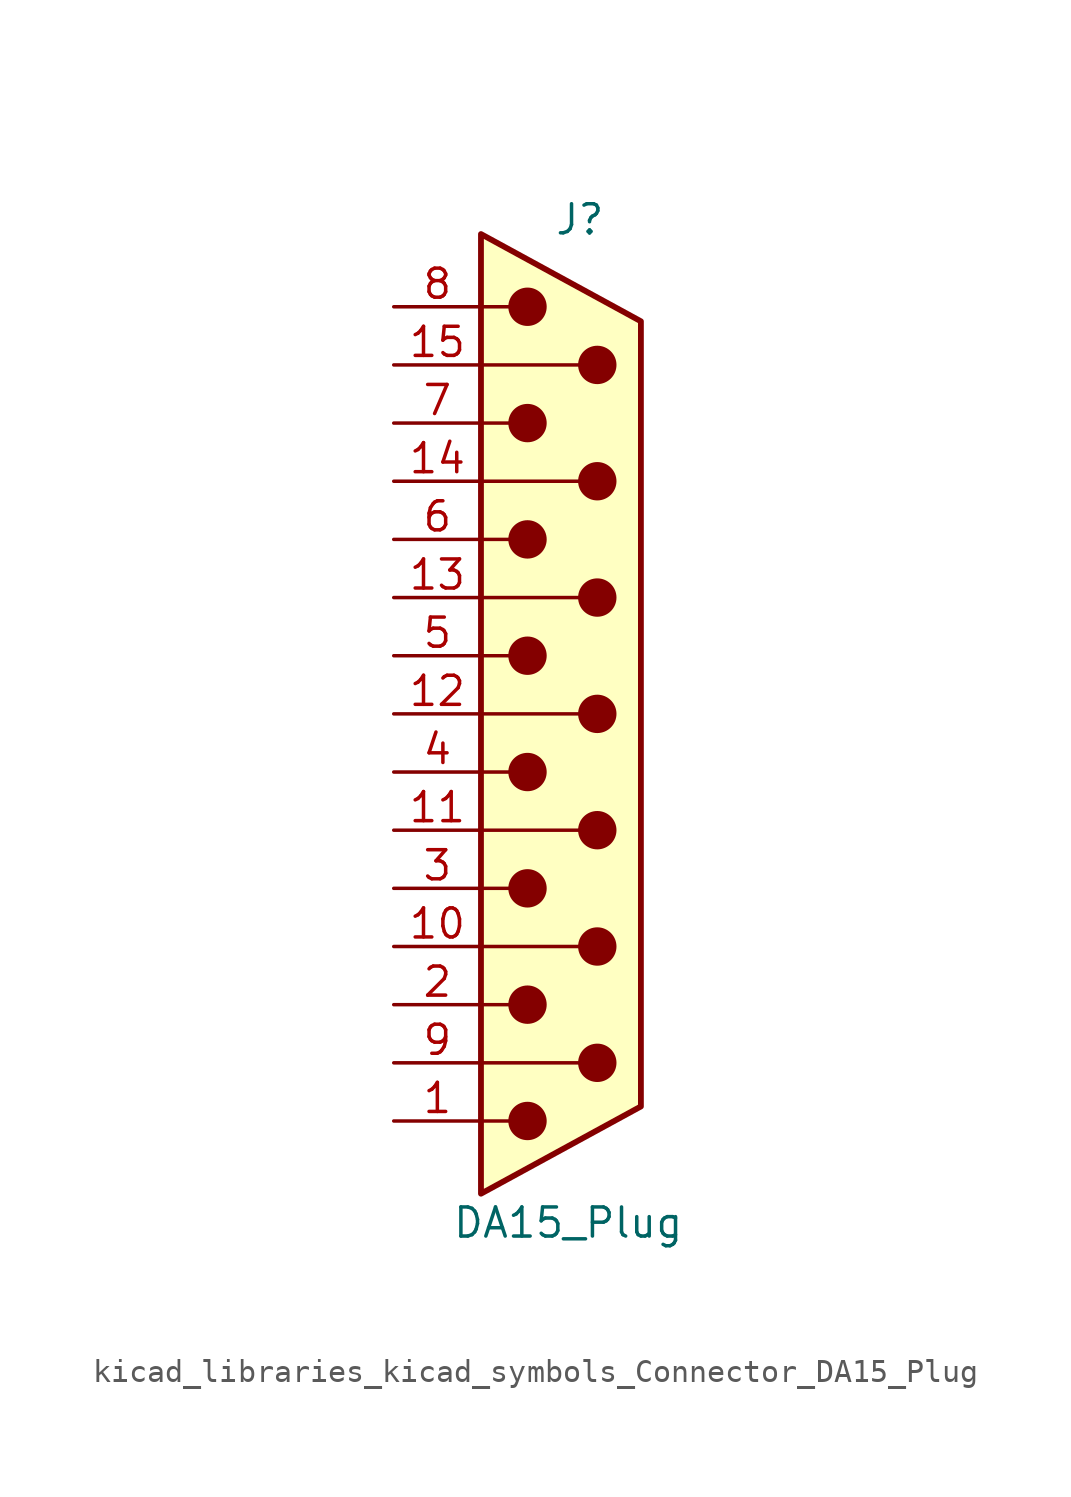
<source format=kicad_sym>
(kicad_symbol_lib
  (version 20220914)
  (generator kicad_symbol_editor)
  (symbol "kicad_libraries_kicad_symbols_Connector_DA15_Plug"
    (pin_names
      (offset 1.016) hide)
    (property "Reference" "J"
      (at 0.508 21.59 0)
      (effects (font (size 1.27 1.27))))
    (property "Value" "DA15_Plug"
      (at 0 -22.225 0)
      (effects (font (size 1.27 1.27))))
    (symbol "kicad_libraries_kicad_symbols_Connector_DA15_Plug_0_1"
      (circle (center -1.778 -17.78) (radius 0.762) (stroke (width 0) (type default)) (fill (type outline)))
      (circle (center -1.778 -12.7) (radius 0.762) (stroke (width 0) (type default)) (fill (type outline)))
      (circle (center -1.778 -7.62) (radius 0.762) (stroke (width 0) (type default)) (fill (type outline)))
      (circle (center -1.778 -2.54) (radius 0.762) (stroke (width 0) (type default)) (fill (type outline)))
      (circle (center -1.778 2.54) (radius 0.762) (stroke (width 0) (type default)) (fill (type outline)))
      (circle (center -1.778 7.62) (radius 0.762) (stroke (width 0) (type default)) (fill (type outline)))
      (circle (center -1.778 12.7) (radius 0.762) (stroke (width 0) (type default)) (fill (type outline)))
      (circle (center -1.778 17.78) (radius 0.762) (stroke (width 0) (type default)) (fill (type outline)))
      (polyline (pts (xy -3.81 -17.78) (xy -2.54 -17.78)) (stroke (width 0) (type default)) (fill (type none)))
      (polyline (pts (xy -3.81 -15.24) (xy 0.508 -15.24)) (stroke (width 0) (type default)) (fill (type none)))
      (polyline (pts (xy -3.81 -12.7) (xy -2.54 -12.7)) (stroke (width 0) (type default)) (fill (type none)))
      (polyline (pts (xy -3.81 -10.16) (xy 0.508 -10.16)) (stroke (width 0) (type default)) (fill (type none)))
      (polyline (pts (xy -3.81 -7.62) (xy -2.54 -7.62)) (stroke (width 0) (type default)) (fill (type none)))
      (polyline (pts (xy -3.81 -5.08) (xy 0.508 -5.08)) (stroke (width 0) (type default)) (fill (type none)))
      (polyline (pts (xy -3.81 -2.54) (xy -2.54 -2.54)) (stroke (width 0) (type default)) (fill (type none)))
      (polyline (pts (xy -3.81 0) (xy 0.508 0)) (stroke (width 0) (type default)) (fill (type none)))
      (polyline (pts (xy -3.81 2.54) (xy -2.54 2.54)) (stroke (width 0) (type default)) (fill (type none)))
      (polyline (pts (xy -3.81 5.08) (xy 0.508 5.08)) (stroke (width 0) (type default)) (fill (type none)))
      (polyline (pts (xy -3.81 7.62) (xy -2.54 7.62)) (stroke (width 0) (type default)) (fill (type none)))
      (polyline (pts (xy -3.81 10.16) (xy 0.508 10.16)) (stroke (width 0) (type default)) (fill (type none)))
      (polyline (pts (xy -3.81 12.7) (xy -2.54 12.7)) (stroke (width 0) (type default)) (fill (type none)))
      (polyline (pts (xy -3.81 15.24) (xy 0.508 15.24)) (stroke (width 0) (type default)) (fill (type none)))
      (polyline (pts (xy -3.81 17.78) (xy -2.54 17.78)) (stroke (width 0) (type default)) (fill (type none)))
      (polyline (pts (xy -3.81 -20.955) (xy 3.175 -17.145) (xy 3.175 17.145) (xy -3.81 20.955) (xy -3.81 -20.955)) (stroke (width 0.254) (type default)) (fill (type background)))
      (circle (center 1.27 -15.24) (radius 0.762) (stroke (width 0) (type default)) (fill (type outline)))
      (circle (center 1.27 -10.16) (radius 0.762) (stroke (width 0) (type default)) (fill (type outline)))
      (circle (center 1.27 -5.08) (radius 0.762) (stroke (width 0) (type default)) (fill (type outline)))
      (circle (center 1.27 0) (radius 0.762) (stroke (width 0) (type default)) (fill (type outline)))
      (circle (center 1.27 5.08) (radius 0.762) (stroke (width 0) (type default)) (fill (type outline)))
      (circle (center 1.27 10.16) (radius 0.762) (stroke (width 0) (type default)) (fill (type outline)))
      (circle (center 1.27 15.24) (radius 0.762) (stroke (width 0) (type default)) (fill (type outline))))
    (symbol "kicad_libraries_kicad_symbols_Connector_DA15_Plug_1_1"
      (pin passive line (at -7.62 -17.78 0) (length 3.81) (name "1" (effects (font (size 1.27 1.27)))) (number "1" (effects (font (size 1.27 1.27)))))
      (pin passive line (at -7.62 -10.16 0) (length 3.81) (name "P10" (effects (font (size 1.27 1.27)))) (number "10" (effects (font (size 1.27 1.27)))))
      (pin passive line (at -7.62 -5.08 0) (length 3.81) (name "P111" (effects (font (size 1.27 1.27)))) (number "11" (effects (font (size 1.27 1.27)))))
      (pin passive line (at -7.62 0 0) (length 3.81) (name "P12" (effects (font (size 1.27 1.27)))) (number "12" (effects (font (size 1.27 1.27)))))
      (pin passive line (at -7.62 5.08 0) (length 3.81) (name "P13" (effects (font (size 1.27 1.27)))) (number "13" (effects (font (size 1.27 1.27)))))
      (pin passive line (at -7.62 10.16 0) (length 3.81) (name "P14" (effects (font (size 1.27 1.27)))) (number "14" (effects (font (size 1.27 1.27)))))
      (pin passive line (at -7.62 15.24 0) (length 3.81) (name "P15" (effects (font (size 1.27 1.27)))) (number "15" (effects (font (size 1.27 1.27)))))
      (pin passive line (at -7.62 -12.7 0) (length 3.81) (name "2" (effects (font (size 1.27 1.27)))) (number "2" (effects (font (size 1.27 1.27)))))
      (pin passive line (at -7.62 -7.62 0) (length 3.81) (name "3" (effects (font (size 1.27 1.27)))) (number "3" (effects (font (size 1.27 1.27)))))
      (pin passive line (at -7.62 -2.54 0) (length 3.81) (name "4" (effects (font (size 1.27 1.27)))) (number "4" (effects (font (size 1.27 1.27)))))
      (pin passive line (at -7.62 2.54 0) (length 3.81) (name "5" (effects (font (size 1.27 1.27)))) (number "5" (effects (font (size 1.27 1.27)))))
      (pin passive line (at -7.62 7.62 0) (length 3.81) (name "6" (effects (font (size 1.27 1.27)))) (number "6" (effects (font (size 1.27 1.27)))))
      (pin passive line (at -7.62 12.7 0) (length 3.81) (name "7" (effects (font (size 1.27 1.27)))) (number "7" (effects (font (size 1.27 1.27)))))
      (pin passive line (at -7.62 17.78 0) (length 3.81) (name "8" (effects (font (size 1.27 1.27)))) (number "8" (effects (font (size 1.27 1.27)))))
      (pin passive line (at -7.62 -15.24 0) (length 3.81) (name "P9" (effects (font (size 1.27 1.27)))) (number "9" (effects (font (size 1.27 1.27))))))))
</source>
